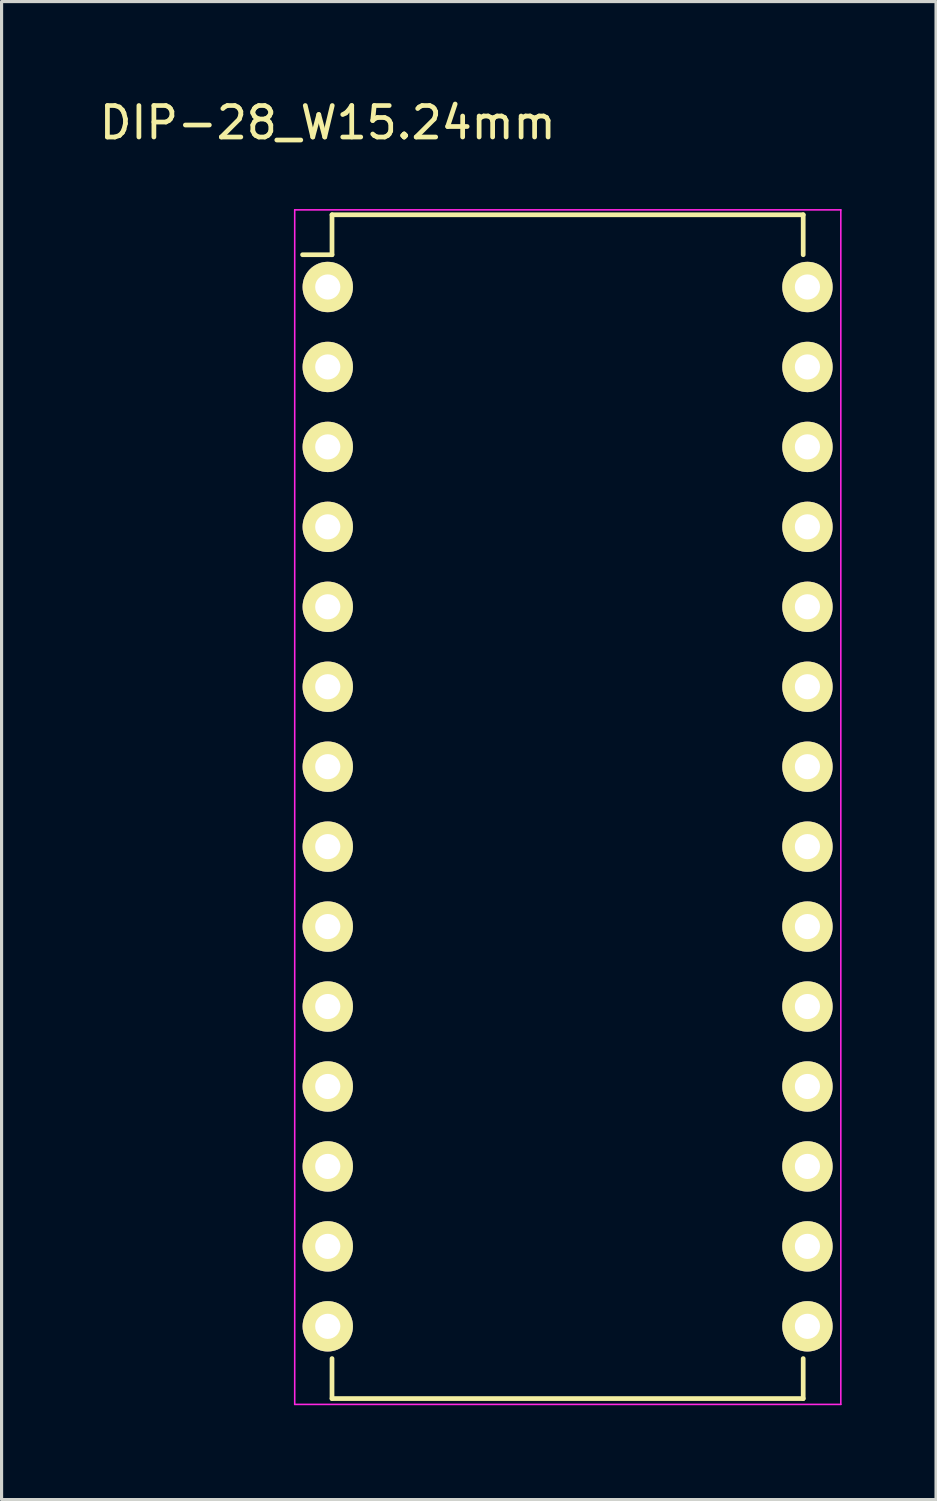
<source format=kicad_pcb>
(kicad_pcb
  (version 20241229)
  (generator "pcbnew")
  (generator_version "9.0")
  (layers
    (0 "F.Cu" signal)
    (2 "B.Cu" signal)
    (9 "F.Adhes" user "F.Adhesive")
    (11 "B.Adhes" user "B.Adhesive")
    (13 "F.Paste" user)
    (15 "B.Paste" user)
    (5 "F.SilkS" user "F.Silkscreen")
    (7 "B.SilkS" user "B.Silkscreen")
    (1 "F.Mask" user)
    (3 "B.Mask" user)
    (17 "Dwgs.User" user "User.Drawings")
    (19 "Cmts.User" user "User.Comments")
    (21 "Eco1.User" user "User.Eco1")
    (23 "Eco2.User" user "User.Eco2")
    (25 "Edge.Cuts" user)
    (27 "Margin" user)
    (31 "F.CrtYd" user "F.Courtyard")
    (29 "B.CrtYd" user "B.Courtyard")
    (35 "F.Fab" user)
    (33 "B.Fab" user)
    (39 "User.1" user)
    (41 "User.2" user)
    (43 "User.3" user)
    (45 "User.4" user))
  (footprint "DIP-28_W15.24mm"
    (layer "F.Cu")
    (at 7.363 6.068)
    (property "Reference" "DIP-28_W15.24mm" (at 0 -5.22 0) (layer "F.SilkS") (effects (font (size 1 1) (thickness 0.15))))
    (attr through_hole)
    (fp_line (start 0.135 -2.295) (end 0.135 -1.025) (stroke (width 0.15) (type solid)) (layer "F.SilkS"))
    (fp_line (start 0.135 -2.295) (end 15.105 -2.295) (stroke (width 0.15) (type solid)) (layer "F.SilkS"))
    (fp_line (start 0.135 -1.025) (end -0.8 -1.025) (stroke (width 0.15) (type solid)) (layer "F.SilkS"))
    (fp_line (start 0.135 35.315) (end 0.135 34.045) (stroke (width 0.15) (type solid)) (layer "F.SilkS"))
    (fp_line (start 0.135 35.315) (end 15.105 35.315) (stroke (width 0.15) (type solid)) (layer "F.SilkS"))
    (fp_line (start 15.105 -2.295) (end 15.105 -1.025) (stroke (width 0.15) (type solid)) (layer "F.SilkS"))
    (fp_line (start 15.105 35.315) (end 15.105 34.045) (stroke (width 0.15) (type solid)) (layer "F.SilkS"))
    (fp_line (start -1.05 -2.45) (end -1.05 35.5) (stroke (width 0.05) (type solid)) (layer "F.CrtYd"))
    (fp_line (start -1.05 -2.45) (end 16.3 -2.45) (stroke (width 0.05) (type solid)) (layer "F.CrtYd"))
    (fp_line (start -1.05 35.5) (end 16.3 35.5) (stroke (width 0.05) (type solid)) (layer "F.CrtYd"))
    (fp_line (start 16.3 -2.45) (end 16.3 35.5) (stroke (width 0.05) (type solid)) (layer "F.CrtYd"))
    (pad "0" thru_hole oval (at 0 0) (size 1.6 1.6) (drill 0.8) (layers "*.Cu" "*.Mask" "F.SilkS"))
    (pad "1" thru_hole oval (at 0 2.54) (size 1.6 1.6) (drill 0.8) (layers "*.Cu" "*.Mask" "F.SilkS"))
    (pad "2" thru_hole oval (at 0 5.08) (size 1.6 1.6) (drill 0.8) (layers "*.Cu" "*.Mask" "F.SilkS"))
    (pad "3" thru_hole oval (at 0 7.62) (size 1.6 1.6) (drill 0.8) (layers "*.Cu" "*.Mask" "F.SilkS"))
    (pad "4" thru_hole oval (at 0 10.16) (size 1.6 1.6) (drill 0.8) (layers "*.Cu" "*.Mask" "F.SilkS"))
    (pad "5" thru_hole oval (at 0 12.7) (size 1.6 1.6) (drill 0.8) (layers "*.Cu" "*.Mask" "F.SilkS"))
    (pad "6" thru_hole oval (at 0 15.24) (size 1.6 1.6) (drill 0.8) (layers "*.Cu" "*.Mask" "F.SilkS"))
    (pad "7" thru_hole oval (at 0 17.78) (size 1.6 1.6) (drill 0.8) (layers "*.Cu" "*.Mask" "F.SilkS"))
    (pad "8" thru_hole oval (at 0 20.32) (size 1.6 1.6) (drill 0.8) (layers "*.Cu" "*.Mask" "F.SilkS"))
    (pad "9" thru_hole oval (at 0 22.86) (size 1.6 1.6) (drill 0.8) (layers "*.Cu" "*.Mask" "F.SilkS"))
    (pad "10" thru_hole oval (at 0 25.4) (size 1.6 1.6) (drill 0.8) (layers "*.Cu" "*.Mask" "F.SilkS"))
    (pad "11" thru_hole oval (at 0 27.94) (size 1.6 1.6) (drill 0.8) (layers "*.Cu" "*.Mask" "F.SilkS"))
    (pad "12" thru_hole oval (at 0 30.48) (size 1.6 1.6) (drill 0.8) (layers "*.Cu" "*.Mask" "F.SilkS"))
    (pad "13" thru_hole oval (at 0 33.02) (size 1.6 1.6) (drill 0.8) (layers "*.Cu" "*.Mask" "F.SilkS"))
    (pad "14" thru_hole oval (at 15.24 0) (size 1.6 1.6) (drill 0.8) (layers "*.Cu" "*.Mask" "F.SilkS"))
    (pad "15" thru_hole oval (at 15.24 2.54) (size 1.6 1.6) (drill 0.8) (layers "*.Cu" "*.Mask" "F.SilkS"))
    (pad "16" thru_hole oval (at 15.24 5.08) (size 1.6 1.6) (drill 0.8) (layers "*.Cu" "*.Mask" "F.SilkS"))
    (pad "17" thru_hole oval (at 15.24 7.62) (size 1.6 1.6) (drill 0.8) (layers "*.Cu" "*.Mask" "F.SilkS"))
    (pad "18" thru_hole oval (at 15.24 10.16) (size 1.6 1.6) (drill 0.8) (layers "*.Cu" "*.Mask" "F.SilkS"))
    (pad "19" thru_hole oval (at 15.24 12.7) (size 1.6 1.6) (drill 0.8) (layers "*.Cu" "*.Mask" "F.SilkS"))
    (pad "20" thru_hole oval (at 15.24 15.24) (size 1.6 1.6) (drill 0.8) (layers "*.Cu" "*.Mask" "F.SilkS"))
    (pad "21" thru_hole oval (at 15.24 17.78) (size 1.6 1.6) (drill 0.8) (layers "*.Cu" "*.Mask" "F.SilkS"))
    (pad "22" thru_hole oval (at 15.24 20.32) (size 1.6 1.6) (drill 0.8) (layers "*.Cu" "*.Mask" "F.SilkS"))
    (pad "23" thru_hole oval (at 15.24 22.86) (size 1.6 1.6) (drill 0.8) (layers "*.Cu" "*.Mask" "F.SilkS"))
    (pad "24" thru_hole oval (at 15.24 25.4) (size 1.6 1.6) (drill 0.8) (layers "*.Cu" "*.Mask" "F.SilkS"))
    (pad "25" thru_hole oval (at 15.24 27.94) (size 1.6 1.6) (drill 0.8) (layers "*.Cu" "*.Mask" "F.SilkS"))
    (pad "26" thru_hole oval (at 15.24 30.48) (size 1.6 1.6) (drill 0.8) (layers "*.Cu" "*.Mask" "F.SilkS"))
    (pad "27" thru_hole oval (at 15.24 33.02) (size 1.6 1.6) (drill 0.8) (layers "*.Cu" "*.Mask" "F.SilkS")))
  (gr_rect
    (start -3 -3)
    (end 26.688 44.593)
    (stroke (width 0.1) (type default))
    (fill no)
    (layer "Edge.Cuts")))
</source>
